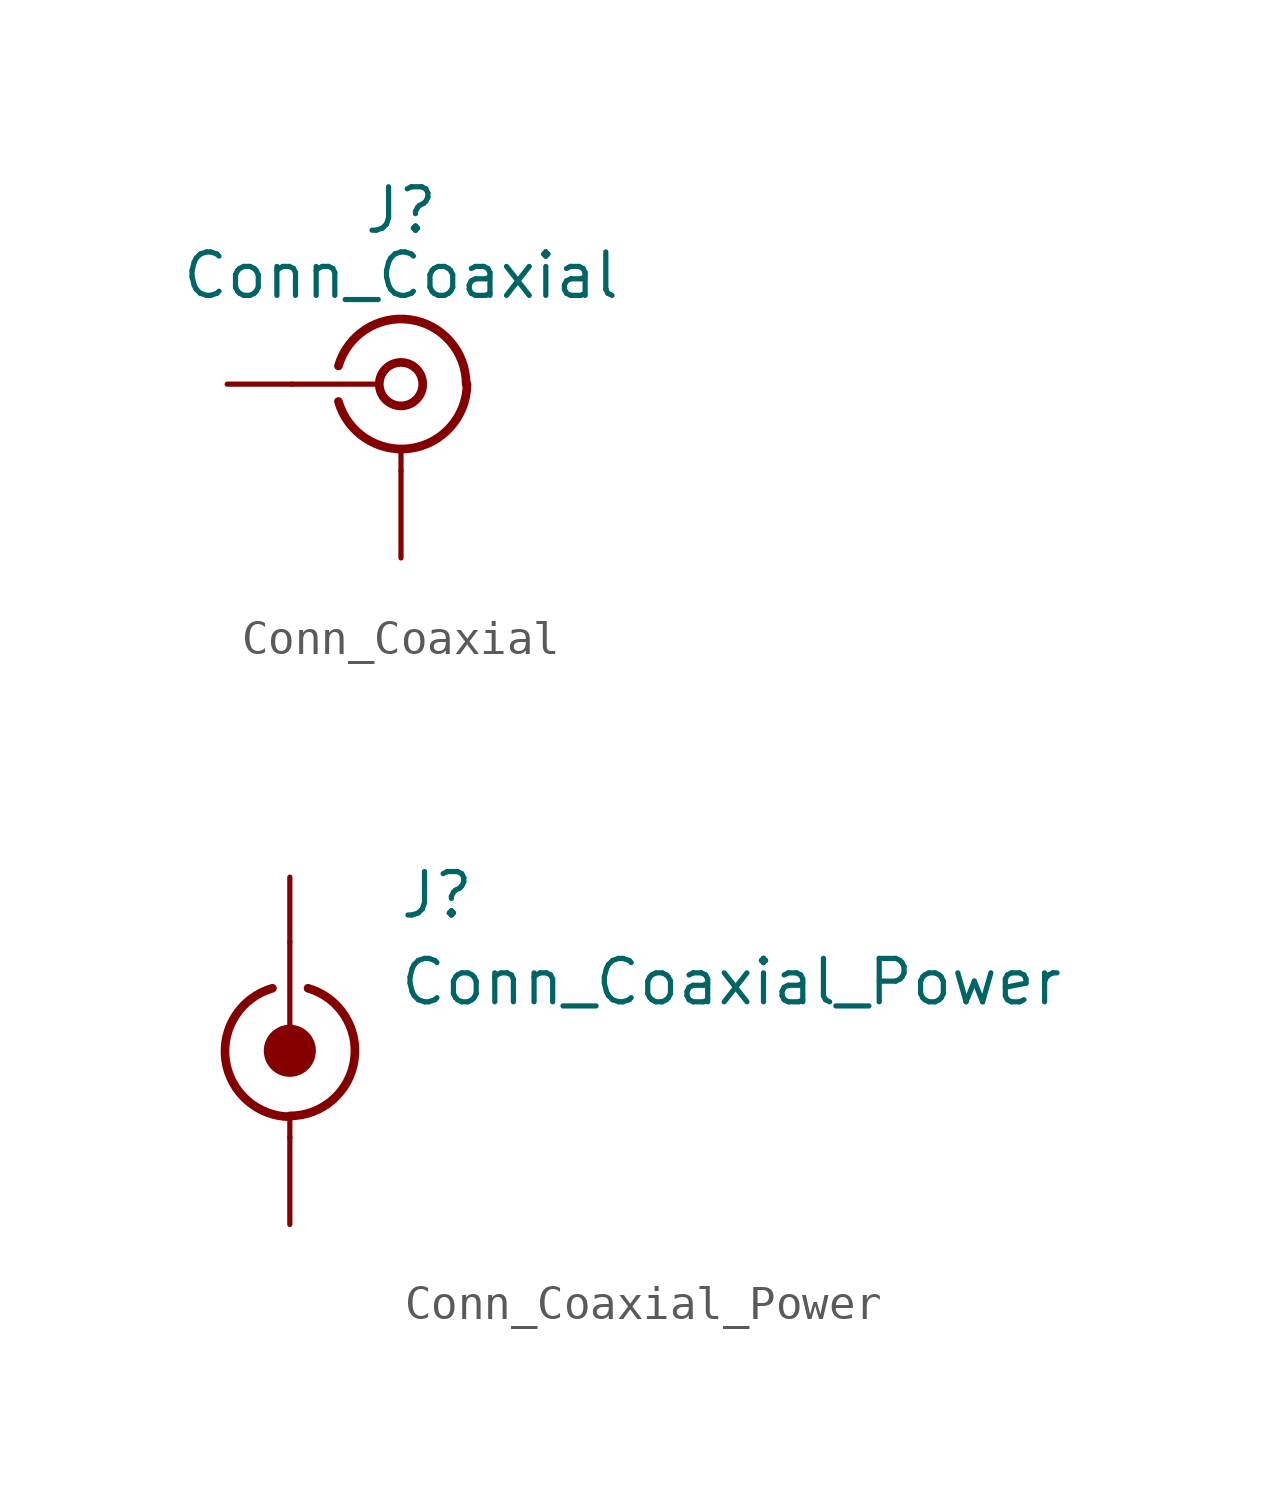
<source format=kicad_sym>
(kicad_symbol_lib
  (version 20220914)
  (generator kicad_symbol_editor)
  (symbol "Conn_Coaxial"
    (pin_numbers hide)
    (pin_names
      (offset 1.016) hide)
    (property "Reference" "J"
      (at 0 5.08 0)
      (effects (font (size 1.27 1.27))))
    (property "Value" "Conn_Coaxial"
      (at 0 3.175 0)
      (effects (font (size 1.27 1.27))))
    (symbol "Conn_Coaxial_0_1"
      (arc (start -1.8288 -0.508) (mid 0.2563 -1.8807) (end 1.9304 0) (stroke (width 0.254) (type solid)) (fill (type none)))
      (polyline (pts (xy -0.635 0) (xy -3.175 0)) (stroke (width 0) (type solid)) (fill (type none)))
      (polyline (pts (xy 0 -1.905) (xy 0 -2.54)) (stroke (width 0) (type solid)) (fill (type none)))
      (circle (center 0 0) (radius 0.635) (stroke (width 0.254) (type solid)) (fill (type none)))
      (arc (start 1.905 0) (mid 0.2694 1.8859) (end -1.8288 0.5334) (stroke (width 0.254) (type solid)) (fill (type none))))
    (symbol "Conn_Coaxial_1_1"
      (pin passive line (at -5.08 0 0) (length 1.905) (name "Core" (effects (font (size 1.27 1.27)))) (number "1" (effects (font (size 1.27 1.27)))))
      (pin passive line (at 0 -5.08 90) (length 2.54) (name "Shield" (effects (font (size 1.27 1.27)))) (number "2" (effects (font (size 1.27 1.27)))))))
  (symbol "Conn_Coaxial_Power"
    (pin_numbers hide)
    (pin_names
      (offset 1.016) hide)
    (property "Reference" "J"
      (at 3.175 3.81 0)
      (effects (font (size 1.27 1.27)) (justify left bottom)))
    (property "Value" "Conn_Coaxial_Power"
      (at 3.175 1.27 0)
      (effects (font (size 1.27 1.27)) (justify left bottom)))
    (symbol "Conn_Coaxial_Power_0_1"
      (arc (start -0.508 1.8288) (mid -1.8807 -0.2563) (end 0 -1.9304) (stroke (width 0.254) (type solid)) (fill (type none)))
      (arc (start 0 -1.905) (mid 1.8859 -0.2694) (end 0.5334 1.8288) (stroke (width 0.254) (type solid)) (fill (type none)))
      (polyline (pts (xy 0 -2.54) (xy 0 -1.905)) (stroke (width 0) (type solid)) (fill (type none)))
      (polyline (pts (xy 0 0.635) (xy 0 3.175)) (stroke (width 0) (type solid)) (fill (type none)))
      (circle (center 0 0) (radius 0.635) (stroke (width 0.254) (type solid)) (fill (type outline))))
    (symbol "Conn_Coaxial_Power_1_1"
      (pin passive line (at 0 5.08 270) (length 1.905) (name "Core" (effects (font (size 1.27 1.27)))) (number "1" (effects (font (size 1.27 1.27)))))
      (pin passive line (at 0 -5.08 90) (length 2.54) (name "Shield" (effects (font (size 1.27 1.27)))) (number "2" (effects (font (size 1.27 1.27))))))))
</source>
